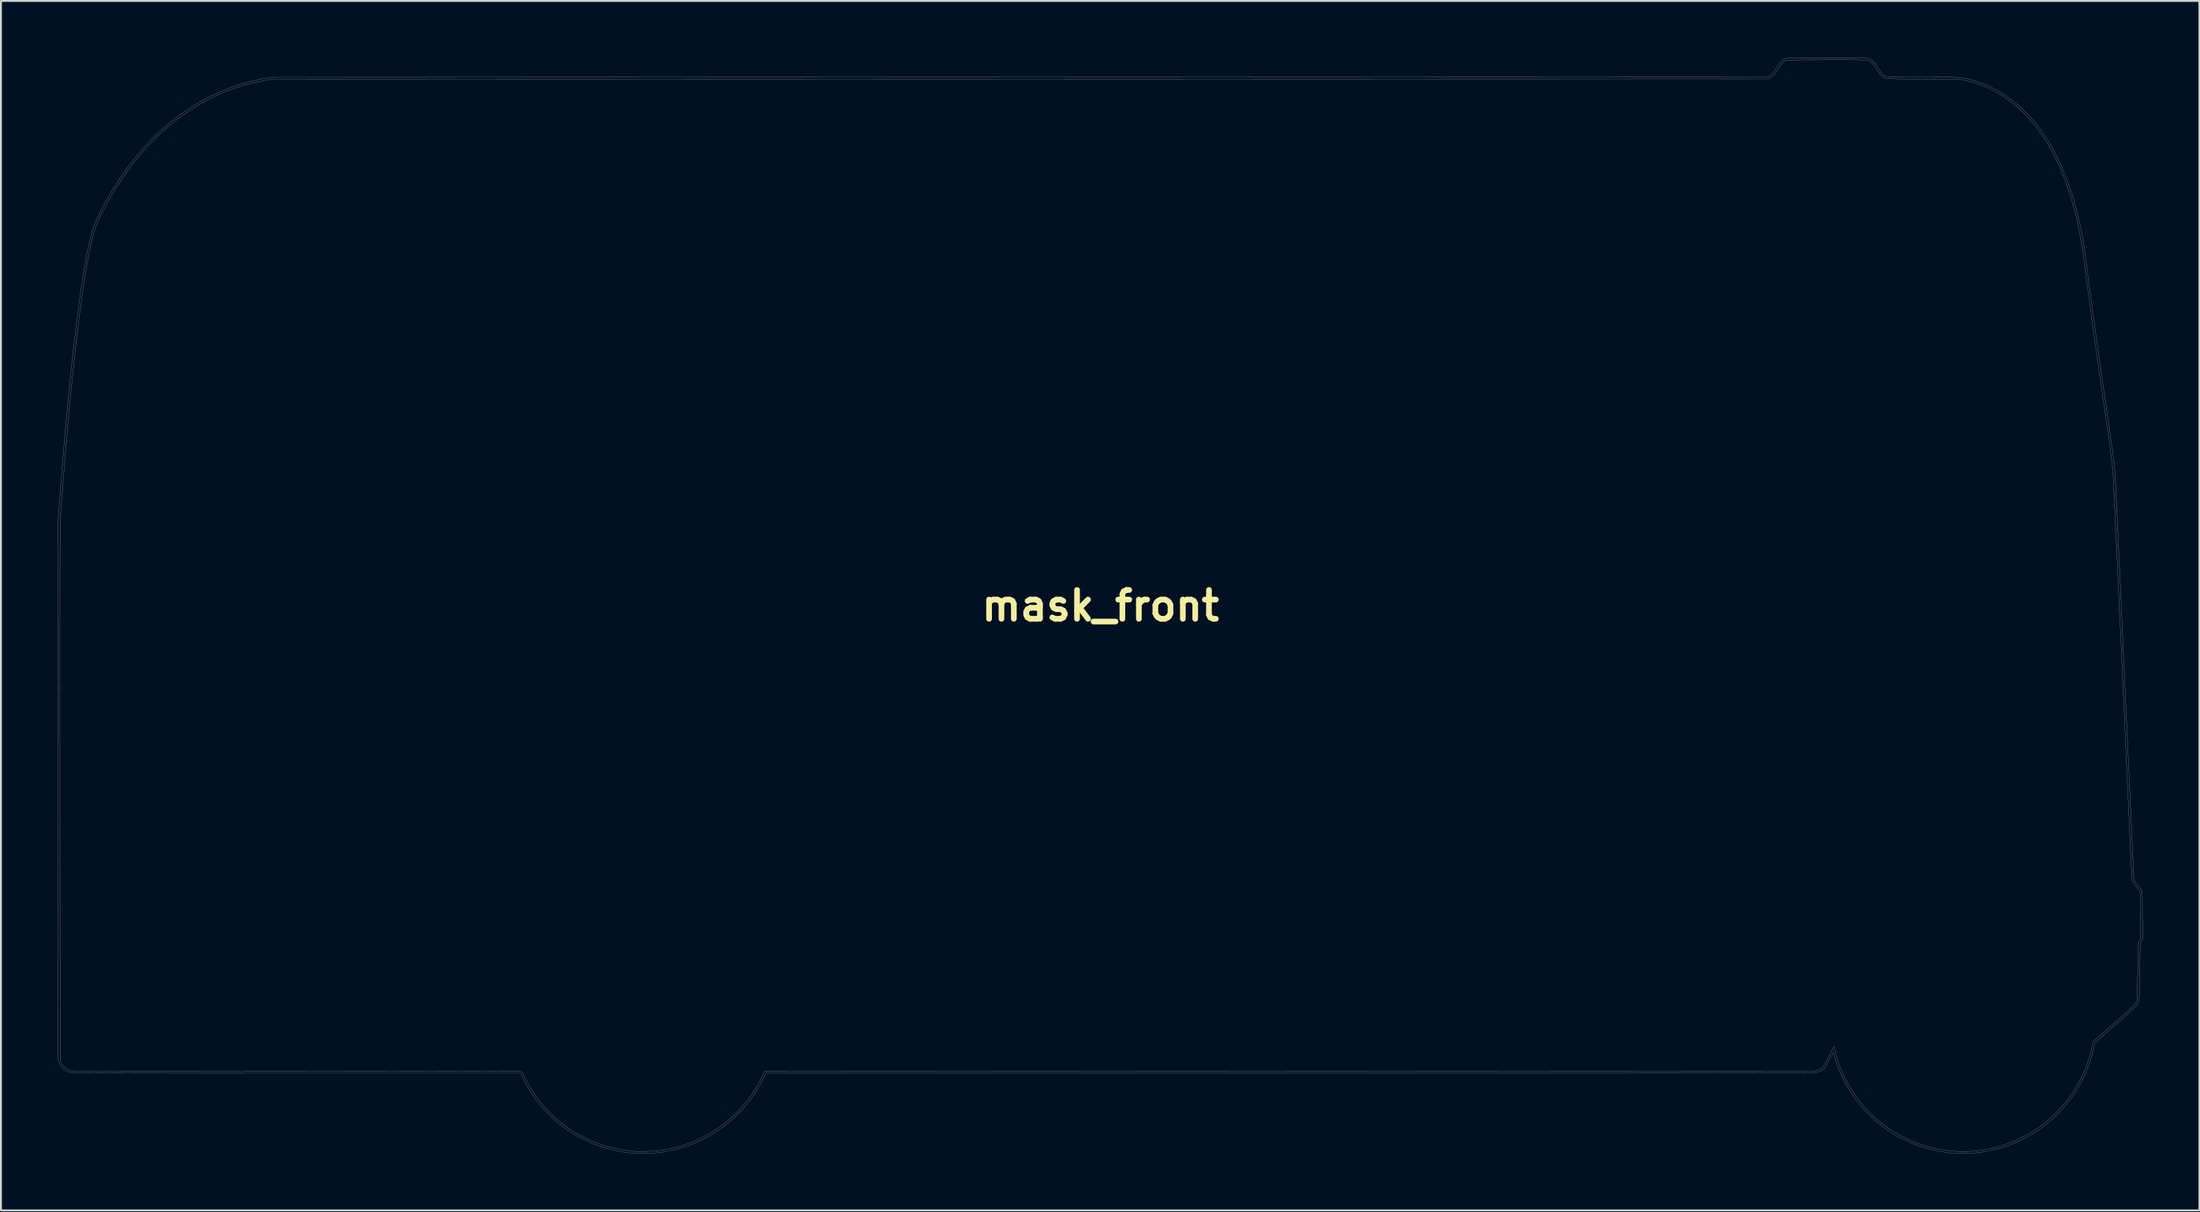
<source format=kicad_pcb>
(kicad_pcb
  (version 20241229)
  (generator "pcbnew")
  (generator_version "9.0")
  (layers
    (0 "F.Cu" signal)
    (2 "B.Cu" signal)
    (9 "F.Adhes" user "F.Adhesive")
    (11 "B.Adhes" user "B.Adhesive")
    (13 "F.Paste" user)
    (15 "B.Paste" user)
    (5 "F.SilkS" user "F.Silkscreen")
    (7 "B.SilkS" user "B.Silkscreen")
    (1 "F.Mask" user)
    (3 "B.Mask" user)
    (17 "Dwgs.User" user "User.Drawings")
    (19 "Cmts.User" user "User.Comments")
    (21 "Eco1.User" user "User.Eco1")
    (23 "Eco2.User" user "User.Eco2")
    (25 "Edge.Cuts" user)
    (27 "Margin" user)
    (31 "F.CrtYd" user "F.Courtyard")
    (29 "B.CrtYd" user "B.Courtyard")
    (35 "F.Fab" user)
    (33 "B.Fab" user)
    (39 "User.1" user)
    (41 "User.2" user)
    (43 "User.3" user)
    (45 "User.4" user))
  (footprint "mask_front"
    (layer "F.Cu")
    (at 55.061 28.961)
    (property "Reference" "mask_front" (at 0 0 0) (layer "F.SilkS") (effects (font (size 1.524 1.524) (thickness 0.3))))
    (attr through_hole)
    (fp_poly (pts (xy -0.207 -23.531) (xy -0.055 -23.434) (xy 0.071 -23.306) (xy 0.16 -23.166) (xy 0.222 -23.04) (xy 0.222 -16.901) (xy 0.153 -16.761) (xy 0.06 -16.613) (xy -0.061 -16.495) (xy -0.209 -16.407) (xy -0.328 -16.351) (xy -14.764 -16.342) (xy -14.882 -16.39) (xy -15.023 -16.46) (xy -15.134 -16.542) (xy -15.225 -16.649) (xy -15.299 -16.772) (xy -15.356 -16.88) (xy -15.356 -23.061) (xy -15.284 -23.195) (xy -15.185 -23.34) (xy -15.059 -23.455) (xy -14.922 -23.535) (xy -14.806 -23.59) (xy -0.328 -23.59) (xy -0.207 -23.531)) (stroke (width 0.01) (type solid)) (fill yes) (layer "F.Mask"))
    (fp_poly (pts (xy -17.187 -23.535) (xy -17.034 -23.442) (xy -16.912 -23.324) (xy -16.826 -23.195) (xy -16.753 -23.061) (xy -16.753 -16.88) (xy -16.803 -16.781) (xy -16.902 -16.627) (xy -17.034 -16.499) (xy -17.149 -16.424) (xy -17.283 -16.351) (xy -24.511 -16.346) (xy -31.739 -16.342) (xy -31.86 -16.391) (xy -32.022 -16.478) (xy -32.153 -16.593) (xy -32.215 -16.674) (xy -32.232 -16.7) (xy -32.248 -16.723) (xy -32.262 -16.745) (xy -32.275 -16.769) (xy -32.286 -16.796) (xy -32.296 -16.83) (xy -32.305 -16.871) (xy -32.313 -16.922) (xy -32.319 -16.985) (xy -32.324 -17.063) (xy -32.329 -17.157) (xy -32.333 -17.269) (xy -32.335 -17.402) (xy -32.337 -17.557) (xy -32.339 -17.737) (xy -32.34 -17.944) (xy -32.34 -18.181) (xy -32.34 -18.448) (xy -32.34 -18.748) (xy -32.339 -19.084) (xy -32.339 -19.457) (xy -32.338 -19.869) (xy -32.338 -20.014) (xy -32.332 -23.04) (xy -32.272 -23.161) (xy -32.178 -23.308) (xy -32.053 -23.434) (xy -31.907 -23.529) (xy -31.903 -23.531) (xy -31.782 -23.59) (xy -17.304 -23.59) (xy -17.187 -23.535)) (stroke (width 0.01) (type solid)) (fill yes) (layer "F.Mask"))
    (fp_poly (pts (xy 33.744 -23.521) (xy 33.892 -23.426) (xy 34.015 -23.303) (xy 34.107 -23.159) (xy 34.125 -23.118) (xy 34.174 -22.998) (xy 34.174 -16.923) (xy 34.117 -16.802) (xy 34.036 -16.667) (xy 33.929 -16.545) (xy 33.808 -16.447) (xy 33.742 -16.41) (xy 33.623 -16.351) (xy 26.405 -16.347) (xy 25.748 -16.346) (xy 25.132 -16.346) (xy 24.555 -16.345) (xy 24.016 -16.345) (xy 23.515 -16.345) (xy 23.049 -16.345) (xy 22.618 -16.345) (xy 22.219 -16.345) (xy 21.852 -16.345) (xy 21.516 -16.345) (xy 21.208 -16.346) (xy 20.928 -16.346) (xy 20.674 -16.346) (xy 20.445 -16.347) (xy 20.24 -16.348) (xy 20.057 -16.349) (xy 19.895 -16.35) (xy 19.753 -16.351) (xy 19.628 -16.352) (xy 19.521 -16.354) (xy 19.429 -16.355) (xy 19.352 -16.357) (xy 19.287 -16.359) (xy 19.234 -16.361) (xy 19.191 -16.364) (xy 19.157 -16.366) (xy 19.13 -16.369) (xy 19.11 -16.372) (xy 19.095 -16.375) (xy 19.083 -16.378) (xy 19.08 -16.379) (xy 18.922 -16.455) (xy 18.789 -16.564) (xy 18.68 -16.707) (xy 18.632 -16.799) (xy 18.574 -16.923) (xy 18.574 -23.019) (xy 18.63 -23.14) (xy 18.721 -23.288) (xy 18.839 -23.415) (xy 18.977 -23.511) (xy 19.013 -23.529) (xy 19.145 -23.59) (xy 33.603 -23.59) (xy 33.744 -23.521)) (stroke (width 0.01) (type solid)) (fill yes) (layer "F.Mask"))
    (fp_poly (pts (xy -16.793 -0.035) (xy -16.652 0.051) (xy -16.526 0.17) (xy -16.426 0.31) (xy -16.411 0.339) (xy -16.351 0.455) (xy -16.351 6.594) (xy -16.42 6.734) (xy -16.504 6.87) (xy -16.611 6.98) (xy -16.749 7.071) (xy -16.804 7.098) (xy -16.944 7.165) (xy -24.067 7.168) (xy -24.614 7.168) (xy -25.152 7.168) (xy -25.677 7.168) (xy -26.189 7.168) (xy -26.686 7.168) (xy -27.166 7.167) (xy -27.628 7.167) (xy -28.07 7.166) (xy -28.491 7.166) (xy -28.888 7.165) (xy -29.262 7.165) (xy -29.609 7.164) (xy -29.928 7.163) (xy -30.218 7.162) (xy -30.477 7.161) (xy -30.704 7.16) (xy -30.897 7.159) (xy -31.054 7.158) (xy -31.174 7.157) (xy -31.256 7.156) (xy -31.297 7.154) (xy -31.301 7.154) (xy -31.455 7.111) (xy -31.601 7.034) (xy -31.73 6.928) (xy -31.834 6.801) (xy -31.897 6.677) (xy -31.903 6.66) (xy -31.908 6.643) (xy -31.913 6.623) (xy -31.918 6.599) (xy -31.922 6.567) (xy -31.925 6.527) (xy -31.928 6.475) (xy -31.93 6.41) (xy -31.932 6.33) (xy -31.934 6.232) (xy -31.935 6.115) (xy -31.937 5.976) (xy -31.937 5.813) (xy -31.938 5.624) (xy -31.938 5.407) (xy -31.938 5.161) (xy -31.938 4.881) (xy -31.937 4.568) (xy -31.937 4.218) (xy -31.936 3.829) (xy -31.935 3.507) (xy -31.93 0.455) (xy -31.874 0.336) (xy -31.782 0.189) (xy -31.657 0.067) (xy -31.499 -0.028) (xy -31.499 -0.029) (xy -31.358 -0.095) (xy -16.923 -0.095) (xy -16.793 -0.035)) (stroke (width 0.01) (type solid)) (fill yes) (layer "F.Mask"))
    (fp_poly (pts (xy 43.459 -2.132) (xy 43.58 -2.053) (xy 43.694 -1.945) (xy 43.788 -1.821) (xy 43.84 -1.72) (xy 43.889 -1.598) (xy 43.895 2.402) (xy 43.896 2.928) (xy 43.897 3.413) (xy 43.897 3.857) (xy 43.897 4.263) (xy 43.897 4.631) (xy 43.896 4.962) (xy 43.896 5.259) (xy 43.895 5.521) (xy 43.894 5.75) (xy 43.892 5.947) (xy 43.89 6.114) (xy 43.889 6.251) (xy 43.886 6.36) (xy 43.884 6.441) (xy 43.881 6.497) (xy 43.878 6.528) (xy 43.878 6.529) (xy 43.824 6.704) (xy 43.736 6.856) (xy 43.618 6.982) (xy 43.473 7.077) (xy 43.304 7.14) (xy 43.232 7.155) (xy 43.192 7.158) (xy 43.114 7.16) (xy 43 7.163) (xy 42.853 7.165) (xy 42.678 7.167) (xy 42.477 7.168) (xy 42.254 7.17) (xy 42.012 7.171) (xy 41.754 7.172) (xy 41.484 7.172) (xy 41.206 7.173) (xy 40.922 7.173) (xy 40.636 7.173) (xy 40.351 7.172) (xy 40.071 7.172) (xy 39.798 7.171) (xy 39.537 7.17) (xy 39.291 7.168) (xy 39.062 7.167) (xy 38.855 7.165) (xy 38.673 7.163) (xy 38.519 7.161) (xy 38.396 7.158) (xy 38.307 7.155) (xy 38.257 7.152) (xy 38.251 7.152) (xy 38.085 7.103) (xy 37.934 7.018) (xy 37.805 6.9) (xy 37.702 6.753) (xy 37.679 6.71) (xy 37.624 6.593) (xy 37.624 -1.64) (xy 37.685 -1.766) (xy 37.779 -1.914) (xy 37.901 -2.037) (xy 38.043 -2.129) (xy 38.054 -2.134) (xy 38.174 -2.191) (xy 43.339 -2.191) (xy 43.459 -2.132)) (stroke (width 0.01) (type solid)) (fill yes) (layer "F.Mask"))
    (fp_poly (pts (xy -0.218 -0.034) (xy -0.093 0.041) (xy 0.025 0.145) (xy 0.123 0.264) (xy 0.175 0.354) (xy 0.222 0.455) (xy 0.222 6.594) (xy 0.153 6.736) (xy 0.056 6.887) (xy -0.07 7.008) (xy -0.22 7.096) (xy -0.393 7.149) (xy -0.433 7.156) (xy -0.465 7.158) (xy -0.537 7.159) (xy -0.647 7.16) (xy -0.794 7.162) (xy -0.976 7.163) (xy -1.19 7.164) (xy -1.435 7.165) (xy -1.71 7.166) (xy -2.011 7.167) (xy -2.337 7.168) (xy -2.687 7.169) (xy -3.058 7.169) (xy -3.448 7.17) (xy -3.856 7.17) (xy -4.279 7.171) (xy -4.716 7.171) (xy -5.165 7.172) (xy -5.623 7.172) (xy -6.09 7.172) (xy -6.562 7.172) (xy -7.038 7.172) (xy -7.517 7.172) (xy -7.996 7.172) (xy -8.473 7.172) (xy -8.947 7.172) (xy -9.415 7.171) (xy -9.876 7.171) (xy -10.327 7.17) (xy -10.767 7.17) (xy -11.194 7.169) (xy -11.606 7.169) (xy -12.001 7.168) (xy -12.378 7.167) (xy -12.733 7.166) (xy -13.066 7.166) (xy -13.374 7.165) (xy -13.655 7.163) (xy -13.908 7.162) (xy -14.131 7.161) (xy -14.322 7.16) (xy -14.478 7.159) (xy -14.598 7.157) (xy -14.681 7.156) (xy -14.723 7.154) (xy -14.727 7.154) (xy -14.882 7.111) (xy -15.029 7.033) (xy -15.159 6.926) (xy -15.264 6.798) (xy -15.31 6.714) (xy -15.356 6.615) (xy -15.356 0.455) (xy -15.3 0.336) (xy -15.209 0.189) (xy -15.083 0.067) (xy -14.926 -0.028) (xy -14.926 -0.029) (xy -14.785 -0.095) (xy -0.349 -0.095) (xy -0.218 -0.034)) (stroke (width 0.01) (type solid)) (fill yes) (layer "F.Mask"))
    (fp_poly (pts (xy -34.347 -23.541) (xy -34.166 -23.445) (xy -34.008 -23.317) (xy -33.877 -23.159) (xy -33.779 -22.978) (xy -33.758 -22.926) (xy -33.708 -22.786) (xy -33.708 -17.134) (xy -33.756 -17.009) (xy -33.845 -16.821) (xy -33.96 -16.665) (xy -34.105 -16.537) (xy -34.283 -16.431) (xy -34.29 -16.428) (xy -34.449 -16.351) (xy -41.444 -16.346) (xy -48.44 -16.342) (xy -48.582 -16.39) (xy -48.771 -16.475) (xy -48.932 -16.593) (xy -49.067 -16.743) (xy -49.175 -16.926) (xy -49.184 -16.945) (xy -49.218 -17.038) (xy -49.241 -17.148) (xy -49.252 -17.276) (xy -49.251 -17.427) (xy -49.238 -17.604) (xy -49.212 -17.81) (xy -49.174 -18.049) (xy -49.124 -18.324) (xy -49.105 -18.418) (xy -48.999 -18.896) (xy -48.877 -19.34) (xy -48.737 -19.757) (xy -48.574 -20.154) (xy -48.386 -20.538) (xy -48.171 -20.915) (xy -47.925 -21.292) (xy -47.715 -21.583) (xy -47.409 -21.968) (xy -47.097 -22.314) (xy -46.78 -22.62) (xy -46.458 -22.886) (xy -46.132 -23.111) (xy -45.802 -23.296) (xy -45.469 -23.438) (xy -45.134 -23.54) (xy -45.085 -23.551) (xy -45.065 -23.555) (xy -45.042 -23.559) (xy -45.017 -23.562) (xy -44.986 -23.566) (xy -44.948 -23.569) (xy -44.902 -23.572) (xy -44.846 -23.574) (xy -44.778 -23.576) (xy -44.697 -23.578) (xy -44.602 -23.58) (xy -44.49 -23.582) (xy -44.36 -23.583) (xy -44.21 -23.585) (xy -44.039 -23.586) (xy -43.845 -23.587) (xy -43.627 -23.588) (xy -43.382 -23.588) (xy -43.11 -23.589) (xy -42.809 -23.589) (xy -42.476 -23.59) (xy -42.112 -23.59) (xy -41.713 -23.59) (xy -41.278 -23.59) (xy -40.806 -23.59) (xy -40.295 -23.59) (xy -39.743 -23.59) (xy -34.47 -23.59) (xy -34.347 -23.541)) (stroke (width 0.01) (type solid)) (fill yes) (layer "F.Mask"))
    (fp_poly (pts (xy 16.753 -23.531) (xy 16.901 -23.44) (xy 17.027 -23.32) (xy 17.124 -23.178) (xy 17.138 -23.148) (xy 17.198 -23.019) (xy 17.204 -20.024) (xy 17.205 -19.605) (xy 17.206 -19.227) (xy 17.206 -18.887) (xy 17.207 -18.583) (xy 17.207 -18.313) (xy 17.206 -18.074) (xy 17.206 -17.865) (xy 17.205 -17.683) (xy 17.204 -17.527) (xy 17.203 -17.394) (xy 17.201 -17.282) (xy 17.199 -17.189) (xy 17.197 -17.113) (xy 17.194 -17.051) (xy 17.191 -17.003) (xy 17.187 -16.964) (xy 17.183 -16.934) (xy 17.179 -16.91) (xy 17.175 -16.897) (xy 17.112 -16.738) (xy 17.014 -16.598) (xy 16.888 -16.482) (xy 16.74 -16.397) (xy 16.666 -16.37) (xy 16.652 -16.368) (xy 16.628 -16.365) (xy 16.594 -16.363) (xy 16.547 -16.36) (xy 16.487 -16.358) (xy 16.412 -16.356) (xy 16.322 -16.355) (xy 16.213 -16.353) (xy 16.087 -16.351) (xy 15.94 -16.35) (xy 15.773 -16.349) (xy 15.583 -16.348) (xy 15.369 -16.347) (xy 15.131 -16.346) (xy 14.866 -16.345) (xy 14.574 -16.344) (xy 14.253 -16.344) (xy 13.902 -16.343) (xy 13.52 -16.343) (xy 13.106 -16.342) (xy 12.657 -16.342) (xy 12.174 -16.342) (xy 11.654 -16.342) (xy 11.096 -16.342) (xy 10.5 -16.342) (xy 9.863 -16.342) (xy 9.389 -16.342) (xy 8.73 -16.342) (xy 8.111 -16.342) (xy 7.533 -16.342) (xy 6.992 -16.342) (xy 6.489 -16.343) (xy 6.022 -16.343) (xy 5.588 -16.343) (xy 5.188 -16.344) (xy 4.82 -16.344) (xy 4.483 -16.345) (xy 4.174 -16.345) (xy 3.894 -16.346) (xy 3.64 -16.347) (xy 3.411 -16.348) (xy 3.206 -16.349) (xy 3.024 -16.35) (xy 2.863 -16.351) (xy 2.722 -16.353) (xy 2.599 -16.354) (xy 2.494 -16.356) (xy 2.405 -16.357) (xy 2.331 -16.359) (xy 2.27 -16.362) (xy 2.222 -16.364) (xy 2.184 -16.366) (xy 2.155 -16.369) (xy 2.135 -16.372) (xy 2.121 -16.374) (xy 2.118 -16.375) (xy 1.96 -16.453) (xy 1.821 -16.563) (xy 1.711 -16.7) (xy 1.646 -16.824) (xy 1.598 -16.944) (xy 1.592 -19.895) (xy 1.592 -20.377) (xy 1.591 -20.819) (xy 1.591 -21.22) (xy 1.592 -21.58) (xy 1.593 -21.899) (xy 1.594 -22.177) (xy 1.596 -22.413) (xy 1.598 -22.608) (xy 1.6 -22.761) (xy 1.603 -22.872) (xy 1.606 -22.942) (xy 1.609 -22.964) (xy 1.661 -23.139) (xy 1.75 -23.292) (xy 1.871 -23.42) (xy 2.022 -23.521) (xy 2.049 -23.534) (xy 2.17 -23.59) (xy 16.626 -23.59) (xy 16.753 -23.531)) (stroke (width 0.01) (type solid)) (fill yes) (layer "F.Mask"))
    (fp_poly (pts (xy 5.646 -0.104) (xy 6.083 -0.103) (xy 6.554 -0.103) (xy 7.061 -0.103) (xy 7.605 -0.102) (xy 8.188 -0.102) (xy 8.81 -0.101) (xy 9.452 -0.101) (xy 16.627 -0.095) (xy 16.767 -0.026) (xy 16.921 0.073) (xy 17.048 0.203) (xy 17.142 0.356) (xy 17.198 0.476) (xy 17.198 6.593) (xy 17.14 6.71) (xy 17.041 6.87) (xy 16.916 6.997) (xy 16.766 7.089) (xy 16.594 7.145) (xy 16.552 7.153) (xy 16.52 7.155) (xy 16.447 7.156) (xy 16.336 7.158) (xy 16.189 7.16) (xy 16.007 7.161) (xy 15.792 7.162) (xy 15.546 7.164) (xy 15.271 7.165) (xy 14.969 7.166) (xy 14.643 7.167) (xy 14.292 7.168) (xy 13.921 7.169) (xy 13.53 7.17) (xy 13.122 7.17) (xy 12.699 7.171) (xy 12.261 7.172) (xy 11.812 7.172) (xy 11.353 7.172) (xy 10.886 7.173) (xy 10.414 7.173) (xy 9.937 7.173) (xy 9.458 7.173) (xy 8.978 7.173) (xy 8.501 7.173) (xy 8.027 7.173) (xy 7.558 7.173) (xy 7.097 7.172) (xy 6.645 7.172) (xy 6.205 7.171) (xy 5.777 7.171) (xy 5.365 7.17) (xy 4.969 7.169) (xy 4.592 7.169) (xy 4.236 7.168) (xy 3.903 7.167) (xy 3.595 7.165) (xy 3.313 7.164) (xy 3.059 7.163) (xy 2.836 7.162) (xy 2.644 7.16) (xy 2.488 7.159) (xy 2.367 7.157) (xy 2.284 7.156) (xy 2.241 7.154) (xy 2.236 7.153) (xy 2.068 7.105) (xy 1.918 7.02) (xy 1.792 6.905) (xy 1.693 6.763) (xy 1.626 6.599) (xy 1.61 6.529) (xy 1.606 6.497) (xy 1.603 6.439) (xy 1.6 6.355) (xy 1.597 6.242) (xy 1.595 6.101) (xy 1.593 5.928) (xy 1.592 5.724) (xy 1.591 5.486) (xy 1.59 5.213) (xy 1.59 4.905) (xy 1.59 4.559) (xy 1.59 4.174) (xy 1.591 3.749) (xy 1.592 3.45) (xy 1.598 0.497) (xy 1.657 0.371) (xy 1.723 0.246) (xy 1.792 0.152) (xy 1.873 0.075) (xy 1.933 0.032) (xy 1.951 0.02) (xy 1.966 0.008) (xy 1.979 -0.003) (xy 1.991 -0.013) (xy 2.005 -0.023) (xy 2.02 -0.032) (xy 2.04 -0.04) (xy 2.064 -0.048) (xy 2.095 -0.055) (xy 2.133 -0.061) (xy 2.18 -0.067) (xy 2.237 -0.072) (xy 2.306 -0.077) (xy 2.388 -0.082) (xy 2.485 -0.085) (xy 2.597 -0.089) (xy 2.725 -0.092) (xy 2.873 -0.094) (xy 3.04 -0.097) (xy 3.227 -0.098) (xy 3.438 -0.1) (xy 3.672 -0.101) (xy 3.93 -0.102) (xy 4.216 -0.103) (xy 4.528 -0.103) (xy 4.87 -0.104) (xy 5.242 -0.104) (xy 5.646 -0.104)) (stroke (width 0.01) (type solid)) (fill yes) (layer "F.Mask"))
    (fp_poly (pts (xy 30.846 -0.103) (xy 31.18 -0.103) (xy 31.485 -0.103) (xy 31.763 -0.103) (xy 32.015 -0.102) (xy 32.242 -0.102) (xy 32.445 -0.101) (xy 32.627 -0.1) (xy 32.788 -0.099) (xy 32.929 -0.098) (xy 33.053 -0.097) (xy 33.16 -0.095) (xy 33.252 -0.094) (xy 33.33 -0.092) (xy 33.395 -0.09) (xy 33.449 -0.088) (xy 33.493 -0.085) (xy 33.529 -0.083) (xy 33.557 -0.08) (xy 33.58 -0.077) (xy 33.599 -0.074) (xy 33.614 -0.07) (xy 33.628 -0.067) (xy 33.637 -0.064) (xy 33.795 0.005) (xy 33.934 0.107) (xy 34.045 0.235) (xy 34.053 0.247) (xy 34.071 0.274) (xy 34.087 0.299) (xy 34.102 0.323) (xy 34.115 0.349) (xy 34.126 0.379) (xy 34.137 0.415) (xy 34.146 0.459) (xy 34.153 0.513) (xy 34.16 0.579) (xy 34.166 0.659) (xy 34.17 0.757) (xy 34.174 0.872) (xy 34.177 1.009) (xy 34.179 1.169) (xy 34.18 1.353) (xy 34.181 1.565) (xy 34.182 1.806) (xy 34.182 2.078) (xy 34.181 2.384) (xy 34.181 2.725) (xy 34.18 3.105) (xy 34.179 3.524) (xy 34.179 3.59) (xy 34.174 6.572) (xy 34.107 6.713) (xy 34.011 6.871) (xy 33.889 6.996) (xy 33.74 7.087) (xy 33.566 7.145) (xy 33.514 7.155) (xy 33.482 7.157) (xy 33.41 7.158) (xy 33.3 7.16) (xy 33.153 7.161) (xy 32.971 7.163) (xy 32.756 7.164) (xy 32.511 7.165) (xy 32.237 7.166) (xy 31.935 7.167) (xy 31.609 7.168) (xy 31.259 7.169) (xy 30.888 7.17) (xy 30.498 7.171) (xy 30.09 7.171) (xy 29.666 7.172) (xy 29.229 7.172) (xy 28.781 7.172) (xy 28.322 7.173) (xy 27.855 7.173) (xy 27.383 7.173) (xy 26.906 7.173) (xy 26.427 7.173) (xy 25.948 7.173) (xy 25.471 7.173) (xy 24.997 7.172) (xy 24.528 7.172) (xy 24.067 7.172) (xy 23.615 7.171) (xy 23.174 7.17) (xy 22.747 7.17) (xy 22.334 7.169) (xy 21.939 7.168) (xy 21.562 7.167) (xy 21.206 7.166) (xy 20.873 7.165) (xy 20.564 7.164) (xy 20.282 7.163) (xy 20.028 7.162) (xy 19.804 7.16) (xy 19.613 7.159) (xy 19.455 7.157) (xy 19.334 7.156) (xy 19.251 7.154) (xy 19.208 7.152) (xy 19.203 7.152) (xy 19.041 7.105) (xy 18.893 7.024) (xy 18.766 6.915) (xy 18.694 6.821) (xy 18.676 6.794) (xy 18.66 6.769) (xy 18.645 6.745) (xy 18.632 6.72) (xy 18.621 6.692) (xy 18.61 6.658) (xy 18.602 6.616) (xy 18.594 6.564) (xy 18.587 6.5) (xy 18.582 6.422) (xy 18.577 6.328) (xy 18.573 6.216) (xy 18.57 6.083) (xy 18.568 5.928) (xy 18.567 5.748) (xy 18.566 5.541) (xy 18.565 5.305) (xy 18.565 5.038) (xy 18.566 4.738) (xy 18.566 4.402) (xy 18.567 4.029) (xy 18.568 3.617) (xy 18.568 3.481) (xy 18.574 0.476) (xy 18.63 0.356) (xy 18.726 0.199) (xy 18.854 0.07) (xy 19.005 -0.026) (xy 19.144 -0.095) (xy 26.32 -0.101) (xy 26.974 -0.101) (xy 27.588 -0.102) (xy 28.161 -0.102) (xy 28.696 -0.103) (xy 29.195 -0.103) (xy 29.657 -0.103) (xy 30.086 -0.103) (xy 30.482 -0.103) (xy 30.846 -0.103)) (stroke (width 0.01) (type solid)) (fill yes) (layer "F.Mask"))
    (fp_poly (pts (xy 47.713 -2.199) (xy 48.009 -2.198) (xy 48.34 -2.198) (xy 48.709 -2.197) (xy 49.117 -2.197) (xy 49.191 -2.196) (xy 52.186 -2.191) (xy 52.351 -2.112) (xy 52.464 -2.05) (xy 52.571 -1.975) (xy 52.629 -1.926) (xy 52.723 -1.82) (xy 52.809 -1.688) (xy 52.879 -1.549) (xy 52.915 -1.45) (xy 52.918 -1.422) (xy 52.922 -1.354) (xy 52.929 -1.25) (xy 52.936 -1.11) (xy 52.945 -0.939) (xy 52.955 -0.739) (xy 52.967 -0.512) (xy 52.979 -0.262) (xy 52.992 0.01) (xy 53.006 0.301) (xy 53.02 0.608) (xy 53.035 0.928) (xy 53.051 1.259) (xy 53.067 1.598) (xy 53.082 1.943) (xy 53.098 2.291) (xy 53.114 2.639) (xy 53.129 2.985) (xy 53.145 3.326) (xy 53.159 3.66) (xy 53.174 3.983) (xy 53.187 4.294) (xy 53.2 4.589) (xy 53.211 4.867) (xy 53.222 5.124) (xy 53.232 5.357) (xy 53.24 5.565) (xy 53.247 5.744) (xy 53.252 5.892) (xy 53.256 6.006) (xy 53.258 6.084) (xy 53.258 6.098) (xy 53.247 6.301) (xy 53.208 6.478) (xy 53.138 6.637) (xy 53.034 6.785) (xy 52.985 6.841) (xy 52.827 6.979) (xy 52.644 7.083) (xy 52.552 7.12) (xy 52.419 7.165) (xy 49.382 7.168) (xy 49.024 7.168) (xy 48.677 7.168) (xy 48.341 7.168) (xy 48.022 7.167) (xy 47.719 7.166) (xy 47.437 7.166) (xy 47.177 7.164) (xy 46.943 7.163) (xy 46.736 7.162) (xy 46.56 7.16) (xy 46.416 7.158) (xy 46.307 7.156) (xy 46.236 7.154) (xy 46.207 7.153) (xy 46.035 7.111) (xy 45.867 7.034) (xy 45.711 6.93) (xy 45.577 6.803) (xy 45.474 6.66) (xy 45.457 6.628) (xy 45.442 6.6) (xy 45.429 6.576) (xy 45.417 6.553) (xy 45.406 6.529) (xy 45.396 6.502) (xy 45.388 6.472) (xy 45.38 6.434) (xy 45.373 6.389) (xy 45.367 6.333) (xy 45.361 6.266) (xy 45.357 6.185) (xy 45.353 6.087) (xy 45.349 5.973) (xy 45.347 5.838) (xy 45.344 5.683) (xy 45.343 5.504) (xy 45.341 5.3) (xy 45.34 5.069) (xy 45.34 4.808) (xy 45.339 4.518) (xy 45.339 4.194) (xy 45.339 3.836) (xy 45.339 3.441) (xy 45.339 3.008) (xy 45.339 2.535) (xy 45.339 2.475) (xy 45.339 2.003) (xy 45.339 1.571) (xy 45.339 1.177) (xy 45.339 0.821) (xy 45.34 0.499) (xy 45.34 0.21) (xy 45.34 -0.048) (xy 45.341 -0.276) (xy 45.342 -0.478) (xy 45.343 -0.654) (xy 45.344 -0.806) (xy 45.345 -0.937) (xy 45.347 -1.048) (xy 45.349 -1.142) (xy 45.351 -1.219) (xy 45.354 -1.282) (xy 45.357 -1.333) (xy 45.36 -1.374) (xy 45.363 -1.406) (xy 45.367 -1.432) (xy 45.372 -1.453) (xy 45.377 -1.472) (xy 45.381 -1.485) (xy 45.441 -1.634) (xy 45.524 -1.779) (xy 45.611 -1.892) (xy 45.695 -1.967) (xy 45.806 -2.042) (xy 45.927 -2.108) (xy 46.045 -2.156) (xy 46.058 -2.16) (xy 46.078 -2.166) (xy 46.099 -2.171) (xy 46.123 -2.176) (xy 46.153 -2.18) (xy 46.19 -2.184) (xy 46.237 -2.187) (xy 46.296 -2.19) (xy 46.369 -2.192) (xy 46.458 -2.194) (xy 46.565 -2.196) (xy 46.693 -2.197) (xy 46.843 -2.198) (xy 47.018 -2.198) (xy 47.22 -2.199) (xy 47.451 -2.199) (xy 47.713 -2.199)) (stroke (width 0.01) (type solid)) (fill yes) (layer "F.Mask"))
    (fp_poly (pts (xy 39.784 -23.597) (xy 40.306 -23.597) (xy 40.869 -23.596) (xy 41.36 -23.595) (xy 41.899 -23.595) (xy 42.398 -23.594) (xy 42.857 -23.593) (xy 43.28 -23.593) (xy 43.666 -23.592) (xy 44.019 -23.591) (xy 44.339 -23.59) (xy 44.629 -23.589) (xy 44.89 -23.588) (xy 45.124 -23.587) (xy 45.332 -23.586) (xy 45.516 -23.585) (xy 45.678 -23.583) (xy 45.819 -23.582) (xy 45.941 -23.58) (xy 46.047 -23.578) (xy 46.136 -23.576) (xy 46.212 -23.573) (xy 46.275 -23.571) (xy 46.328 -23.568) (xy 46.373 -23.565) (xy 46.41 -23.561) (xy 46.441 -23.558) (xy 46.469 -23.554) (xy 46.482 -23.552) (xy 46.864 -23.473) (xy 47.211 -23.371) (xy 47.527 -23.245) (xy 47.814 -23.092) (xy 48.074 -22.912) (xy 48.31 -22.703) (xy 48.524 -22.464) (xy 48.704 -22.214) (xy 48.807 -22.042) (xy 48.915 -21.835) (xy 49.029 -21.59) (xy 49.149 -21.305) (xy 49.187 -21.209) (xy 49.247 -21.062) (xy 49.316 -20.892) (xy 49.39 -20.714) (xy 49.462 -20.545) (xy 49.506 -20.44) (xy 49.637 -20.127) (xy 49.76 -19.809) (xy 49.873 -19.492) (xy 49.977 -19.177) (xy 50.071 -18.87) (xy 50.153 -18.573) (xy 50.222 -18.289) (xy 50.279 -18.023) (xy 50.322 -17.778) (xy 50.349 -17.557) (xy 50.361 -17.365) (xy 50.356 -17.203) (xy 50.336 -17.081) (xy 50.261 -16.888) (xy 50.153 -16.718) (xy 50.015 -16.575) (xy 49.85 -16.462) (xy 49.662 -16.383) (xy 49.648 -16.379) (xy 49.634 -16.375) (xy 49.617 -16.371) (xy 49.596 -16.368) (xy 49.57 -16.365) (xy 49.537 -16.362) (xy 49.497 -16.36) (xy 49.446 -16.358) (xy 49.385 -16.355) (xy 49.311 -16.354) (xy 49.224 -16.352) (xy 49.121 -16.35) (xy 49.002 -16.349) (xy 48.865 -16.348) (xy 48.708 -16.346) (xy 48.531 -16.346) (xy 48.331 -16.345) (xy 48.108 -16.344) (xy 47.859 -16.343) (xy 47.584 -16.343) (xy 47.281 -16.343) (xy 46.949 -16.342) (xy 46.585 -16.342) (xy 46.19 -16.342) (xy 45.761 -16.342) (xy 45.297 -16.342) (xy 44.797 -16.342) (xy 44.258 -16.342) (xy 43.681 -16.343) (xy 43.063 -16.343) (xy 42.961 -16.343) (xy 42.377 -16.343) (xy 41.813 -16.343) (xy 41.268 -16.344) (xy 40.745 -16.344) (xy 40.245 -16.345) (xy 39.768 -16.346) (xy 39.317 -16.347) (xy 38.892 -16.348) (xy 38.494 -16.349) (xy 38.126 -16.35) (xy 37.788 -16.351) (xy 37.481 -16.352) (xy 37.208 -16.354) (xy 36.968 -16.355) (xy 36.763 -16.357) (xy 36.595 -16.358) (xy 36.465 -16.36) (xy 36.375 -16.362) (xy 36.324 -16.363) (xy 36.314 -16.364) (xy 36.214 -16.398) (xy 36.1 -16.454) (xy 35.988 -16.521) (xy 35.894 -16.592) (xy 35.861 -16.622) (xy 35.802 -16.691) (xy 35.739 -16.775) (xy 35.7 -16.835) (xy 35.68 -16.867) (xy 35.663 -16.897) (xy 35.647 -16.926) (xy 35.632 -16.957) (xy 35.62 -16.992) (xy 35.609 -17.032) (xy 35.599 -17.082) (xy 35.591 -17.142) (xy 35.584 -17.215) (xy 35.578 -17.303) (xy 35.573 -17.408) (xy 35.569 -17.534) (xy 35.566 -17.68) (xy 35.564 -17.852) (xy 35.562 -18.049) (xy 35.561 -18.275) (xy 35.561 -18.532) (xy 35.56 -18.822) (xy 35.56 -19.147) (xy 35.56 -19.51) (xy 35.56 -19.913) (xy 35.56 -19.969) (xy 35.56 -20.415) (xy 35.561 -20.82) (xy 35.561 -21.184) (xy 35.562 -21.509) (xy 35.564 -21.795) (xy 35.565 -22.044) (xy 35.567 -22.255) (xy 35.57 -22.431) (xy 35.572 -22.572) (xy 35.575 -22.68) (xy 35.579 -22.754) (xy 35.582 -22.796) (xy 35.583 -22.801) (xy 35.643 -22.988) (xy 35.737 -23.159) (xy 35.861 -23.309) (xy 36.01 -23.432) (xy 36.179 -23.525) (xy 36.349 -23.579) (xy 36.378 -23.582) (xy 36.437 -23.584) (xy 36.527 -23.586) (xy 36.649 -23.588) (xy 36.804 -23.59) (xy 36.991 -23.592) (xy 37.213 -23.593) (xy 37.47 -23.594) (xy 37.762 -23.595) (xy 38.091 -23.596) (xy 38.456 -23.597) (xy 38.86 -23.597) (xy 39.302 -23.597) (xy 39.784 -23.597)) (stroke (width 0.01) (type solid)) (fill yes) (layer "F.Mask"))
    (fp_poly (pts (xy 38.194 -28.956) (xy 38.398 -28.956) (xy 38.74 -28.956) (xy 39.043 -28.956) (xy 39.308 -28.956) (xy 39.539 -28.955) (xy 39.738 -28.955) (xy 39.908 -28.954) (xy 40.051 -28.953) (xy 40.17 -28.951) (xy 40.268 -28.949) (xy 40.346 -28.946) (xy 40.409 -28.943) (xy 40.458 -28.94) (xy 40.495 -28.936) (xy 40.525 -28.931) (xy 40.548 -28.925) (xy 40.569 -28.919) (xy 40.583 -28.913) (xy 40.668 -28.875) (xy 40.745 -28.824) (xy 40.82 -28.756) (xy 40.897 -28.663) (xy 40.983 -28.542) (xy 41.046 -28.445) (xy 41.115 -28.341) (xy 41.184 -28.243) (xy 41.247 -28.16) (xy 41.298 -28.102) (xy 41.313 -28.087) (xy 41.341 -28.062) (xy 41.367 -28.04) (xy 41.392 -28.021) (xy 41.42 -28.004) (xy 41.454 -27.99) (xy 41.497 -27.978) (xy 41.55 -27.968) (xy 41.618 -27.96) (xy 41.702 -27.954) (xy 41.806 -27.949) (xy 41.932 -27.945) (xy 42.082 -27.943) (xy 42.261 -27.941) (xy 42.47 -27.94) (xy 42.713 -27.94) (xy 42.991 -27.94) (xy 43.309 -27.94) (xy 43.401 -27.94) (xy 43.749 -27.94) (xy 44.068 -27.939) (xy 44.356 -27.938) (xy 44.613 -27.936) (xy 44.837 -27.933) (xy 45.025 -27.931) (xy 45.177 -27.927) (xy 45.291 -27.924) (xy 45.364 -27.92) (xy 45.382 -27.918) (xy 45.769 -27.851) (xy 46.166 -27.747) (xy 46.567 -27.609) (xy 46.966 -27.438) (xy 47.357 -27.238) (xy 47.736 -27.011) (xy 48.097 -26.758) (xy 48.228 -26.656) (xy 48.644 -26.297) (xy 49.038 -25.901) (xy 49.411 -25.469) (xy 49.761 -25.002) (xy 50.09 -24.499) (xy 50.396 -23.961) (xy 50.68 -23.389) (xy 50.941 -22.782) (xy 51.18 -22.142) (xy 51.396 -21.467) (xy 51.589 -20.759) (xy 51.739 -20.108) (xy 51.782 -19.905) (xy 51.821 -19.708) (xy 51.858 -19.512) (xy 51.893 -19.311) (xy 51.927 -19.098) (xy 51.962 -18.87) (xy 51.998 -18.619) (xy 52.036 -18.341) (xy 52.077 -18.03) (xy 52.102 -17.833) (xy 52.166 -17.334) (xy 52.237 -16.794) (xy 52.315 -16.213) (xy 52.4 -15.591) (xy 52.491 -14.929) (xy 52.589 -14.227) (xy 52.693 -13.486) (xy 52.804 -12.706) (xy 52.921 -11.887) (xy 53.044 -11.029) (xy 53.16 -10.234) (xy 53.216 -9.845) (xy 53.267 -9.495) (xy 53.312 -9.181) (xy 53.352 -8.9) (xy 53.387 -8.65) (xy 53.419 -8.426) (xy 53.446 -8.226) (xy 53.47 -8.047) (xy 53.49 -7.887) (xy 53.508 -7.742) (xy 53.524 -7.609) (xy 53.537 -7.485) (xy 53.549 -7.367) (xy 53.56 -7.253) (xy 53.57 -7.14) (xy 53.579 -7.023) (xy 53.583 -6.974) (xy 53.586 -6.926) (xy 53.591 -6.837) (xy 53.597 -6.709) (xy 53.606 -6.542) (xy 53.616 -6.338) (xy 53.628 -6.099) (xy 53.641 -5.825) (xy 53.655 -5.518) (xy 53.672 -5.18) (xy 53.689 -4.812) (xy 53.708 -4.415) (xy 53.728 -3.99) (xy 53.749 -3.54) (xy 53.771 -3.064) (xy 53.794 -2.565) (xy 53.818 -2.044) (xy 53.843 -1.502) (xy 53.869 -0.94) (xy 53.896 -0.361) (xy 53.924 0.236) (xy 53.952 0.848) (xy 53.98 1.473) (xy 54.01 2.112) (xy 54.039 2.762) (xy 54.069 3.422) (xy 54.091 3.895) (xy 54.121 4.558) (xy 54.151 5.211) (xy 54.18 5.852) (xy 54.209 6.48) (xy 54.237 7.094) (xy 54.264 7.693) (xy 54.291 8.274) (xy 54.317 8.838) (xy 54.342 9.382) (xy 54.366 9.906) (xy 54.389 10.407) (xy 54.411 10.886) (xy 54.432 11.34) (xy 54.452 11.768) (xy 54.471 12.169) (xy 54.488 12.541) (xy 54.504 12.884) (xy 54.519 13.196) (xy 54.532 13.476) (xy 54.543 13.722) (xy 54.553 13.933) (xy 54.562 14.108) (xy 54.569 14.246) (xy 54.574 14.345) (xy 54.577 14.404) (xy 54.578 14.422) (xy 54.593 14.491) (xy 54.619 14.555) (xy 54.662 14.624) (xy 54.727 14.706) (xy 54.792 14.779) (xy 54.839 14.83) (xy 54.879 14.873) (xy 54.913 14.912) (xy 54.941 14.95) (xy 54.964 14.991) (xy 54.982 15.039) (xy 54.997 15.097) (xy 55.007 15.169) (xy 55.015 15.259) (xy 55.02 15.369) (xy 55.024 15.504) (xy 55.026 15.667) (xy 55.027 15.861) (xy 55.028 16.091) (xy 55.029 16.348) (xy 55.035 17.594) (xy 54.971 17.735) (xy 54.908 17.875) (xy 54.886 19.336) (xy 54.882 19.622) (xy 54.878 19.868) (xy 54.875 20.079) (xy 54.871 20.256) (xy 54.868 20.405) (xy 54.865 20.526) (xy 54.861 20.625) (xy 54.857 20.704) (xy 54.852 20.765) (xy 54.847 20.814) (xy 54.841 20.851) (xy 54.835 20.882) (xy 54.827 20.908) (xy 54.824 20.918) (xy 54.788 21.005) (xy 54.742 21.093) (xy 54.717 21.133) (xy 54.69 21.164) (xy 54.633 21.22) (xy 54.549 21.299) (xy 54.441 21.399) (xy 54.311 21.517) (xy 54.163 21.651) (xy 53.997 21.799) (xy 53.818 21.958) (xy 53.628 22.125) (xy 53.584 22.163) (xy 52.516 23.1) (xy 52.492 23.218) (xy 52.365 23.75) (xy 52.201 24.266) (xy 51.999 24.763) (xy 51.763 25.241) (xy 51.493 25.697) (xy 51.191 26.13) (xy 50.858 26.539) (xy 50.496 26.922) (xy 50.107 27.277) (xy 49.691 27.603) (xy 49.251 27.897) (xy 48.788 28.159) (xy 48.302 28.387) (xy 47.797 28.58) (xy 47.48 28.678) (xy 46.951 28.808) (xy 46.418 28.896) (xy 45.881 28.942) (xy 45.343 28.946) (xy 44.804 28.908) (xy 44.266 28.828) (xy 43.731 28.706) (xy 43.688 28.694) (xy 43.339 28.586) (xy 42.976 28.451) (xy 42.611 28.295) (xy 42.259 28.123) (xy 41.931 27.941) (xy 41.827 27.878) (xy 41.377 27.572) (xy 40.953 27.233) (xy 40.557 26.864) (xy 40.191 26.467) (xy 39.855 26.042) (xy 39.553 25.594) (xy 39.285 25.122) (xy 39.053 24.629) (xy 38.982 24.458) (xy 38.939 24.344) (xy 38.894 24.217) (xy 38.849 24.084) (xy 38.807 23.953) (xy 38.769 23.832) (xy 38.74 23.729) (xy 38.72 23.65) (xy 38.713 23.604) (xy 38.703 23.611) (xy 38.678 23.651) (xy 38.64 23.72) (xy 38.591 23.811) (xy 38.535 23.92) (xy 38.52 23.95) (xy 38.457 24.073) (xy 38.395 24.188) (xy 38.339 24.288) (xy 38.293 24.366) (xy 38.26 24.414) (xy 38.259 24.416) (xy 38.164 24.507) (xy 38.04 24.587) (xy 37.902 24.649) (xy 37.836 24.669) (xy 37.827 24.67) (xy 37.813 24.672) (xy 37.792 24.673) (xy 37.763 24.675) (xy 37.727 24.676) (xy 37.682 24.677) (xy 37.628 24.679) (xy 37.565 24.68) (xy 37.49 24.681) (xy 37.405 24.682) (xy 37.308 24.683) (xy 37.198 24.684) (xy 37.075 24.685) (xy 36.938 24.686) (xy 36.787 24.687) (xy 36.621 24.688) (xy 36.438 24.689) (xy 36.24 24.69) (xy 36.024 24.691) (xy 35.79 24.691) (xy 35.538 24.692) (xy 35.267 24.693) (xy 34.976 24.693) (xy 34.664 24.694) (xy 34.331 24.695) (xy 33.977 24.695) (xy 33.6 24.696) (xy 33.2 24.696) (xy 32.776 24.697) (xy 32.328 24.697) (xy 31.854 24.698) (xy 31.355 24.698) (xy 30.829 24.698) (xy 30.277 24.699) (xy 29.696 24.699) (xy 29.087 24.699) (xy 28.449 24.699) (xy 27.781 24.7) (xy 27.083 24.7) (xy 26.353 24.7) (xy 25.592 24.7) (xy 24.799 24.701) (xy 23.972 24.701) (xy 23.111 24.701) (xy 22.217 24.701) (xy 21.287 24.701) (xy 20.321 24.701) (xy 19.319 24.701) (xy 18.28 24.701) (xy 17.203 24.701) (xy 16.088 24.701) (xy 14.933 24.701) (xy 13.739 24.701) (xy 12.505 24.701) (xy 11.229 24.701) (xy 10.021 24.701) (xy -17.668 24.701) (xy -17.736 24.855) (xy -17.808 25.006) (xy -17.899 25.181) (xy -18.004 25.369) (xy -18.117 25.559) (xy -18.231 25.742) (xy -18.261 25.788) (xy -18.571 26.22) (xy -18.912 26.626) (xy -19.284 27.005) (xy -19.682 27.354) (xy -20.106 27.672) (xy -20.552 27.959) (xy -21.018 28.212) (xy -21.502 28.43) (xy -22.002 28.612) (xy -22.515 28.757) (xy -23.039 28.862) (xy -23.332 28.902) (xy -23.499 28.918) (xy -23.693 28.931) (xy -23.901 28.94) (xy -24.112 28.945) (xy -24.315 28.945) (xy -24.499 28.942) (xy -24.638 28.934) (xy -25.185 28.872) (xy -25.715 28.77) (xy -26.232 28.63) (xy -26.737 28.449) (xy -27.195 28.246) (xy -27.591 28.042) (xy -27.955 27.828) (xy -28.294 27.599) (xy -28.616 27.349) (xy -28.932 27.071) (xy -29.147 26.862) (xy -29.503 26.478) (xy -29.828 26.07) (xy -30.121 25.643) (xy -30.376 25.202) (xy -30.523 24.907) (xy -30.618 24.702) (xy -42.422 24.702) (xy -43.333 24.702) (xy -44.201 24.702) (xy -45.029 24.702) (xy -45.817 24.701) (xy -46.564 24.701) (xy -47.273 24.701) (xy -47.943 24.7) (xy -48.576 24.7) (xy -49.172 24.7) (xy -49.731 24.699) (xy -50.255 24.698) (xy -50.743 24.698) (xy -51.198 24.697) (xy -51.618 24.696) (xy -52.006 24.695) (xy -52.361 24.694) (xy -52.684 24.693) (xy -52.977 24.692) (xy -53.239 24.691) (xy -53.471 24.69) (xy -53.674 24.689) (xy -53.849 24.687) (xy -53.996 24.686) (xy -54.117 24.684) (xy -54.21 24.683) (xy -54.278 24.681) (xy -54.321 24.679) (xy -54.339 24.678) (xy -54.519 24.619) (xy -54.684 24.524) (xy -54.826 24.399) (xy -54.938 24.248) (xy -54.976 24.177) (xy -55.044 24.035) (xy -55.05 9.874) (xy -55.052 3.561) (xy -54.946 3.561) (xy -54.946 4.337) (xy -54.946 5.152) (xy -54.946 6.006) (xy -54.946 6.901) (xy -54.945 7.837) (xy -54.945 8.814) (xy -54.945 9.833) (xy -54.945 9.885) (xy -54.938 24.014) (xy -54.882 24.134) (xy -54.792 24.277) (xy -54.67 24.402) (xy -54.521 24.501) (xy -54.487 24.518) (xy -54.345 24.585) (xy -42.466 24.59) (xy -41.496 24.591) (xy -40.568 24.591) (xy -39.68 24.592) (xy -38.833 24.593) (xy -38.027 24.593) (xy -37.262 24.594) (xy -36.538 24.595) (xy -35.856 24.596) (xy -35.214 24.597) (xy -34.614 24.598) (xy -34.055 24.599) (xy -33.538 24.6) (xy -33.062 24.601) (xy -32.627 24.602) (xy -32.235 24.603) (xy -31.884 24.605) (xy -31.575 24.606) (xy -31.307 24.608) (xy -31.082 24.609) (xy -30.899 24.611) (xy -30.757 24.612) (xy -30.658 24.614) (xy -30.601 24.615) (xy -30.586 24.617) (xy -30.571 24.633) (xy -30.565 24.633) (xy -30.55 24.649) (xy -30.519 24.697) (xy -30.478 24.771) (xy -30.429 24.863) (xy -30.399 24.924) (xy -30.163 25.369) (xy -29.905 25.782) (xy -29.621 26.171) (xy -29.305 26.543) (xy -29.052 26.808) (xy -28.652 27.177) (xy -28.229 27.512) (xy -27.784 27.811) (xy -27.318 28.074) (xy -26.834 28.299) (xy -26.331 28.488) (xy -25.813 28.637) (xy -25.28 28.748) (xy -24.734 28.82) (xy -24.625 28.829) (xy -24.46 28.838) (xy -24.264 28.84) (xy -24.049 28.838) (xy -23.827 28.83) (xy -23.61 28.818) (xy -23.407 28.802) (xy -23.268 28.786) (xy -22.733 28.696) (xy -22.209 28.566) (xy -21.697 28.396) (xy -21.201 28.187) (xy -20.721 27.939) (xy -20.261 27.655) (xy -20.094 27.539) (xy -19.693 27.227) (xy -19.309 26.881) (xy -18.949 26.506) (xy -18.618 26.108) (xy -18.442 25.869) (xy -18.329 25.7) (xy -18.209 25.51) (xy -18.092 25.31) (xy -17.982 25.113) (xy -17.887 24.929) (xy -17.833 24.815) (xy -17.739 24.606) (xy 10.038 24.596) (xy 37.814 24.585) (xy 37.931 24.53) (xy 38.001 24.494) (xy 38.063 24.454) (xy 38.119 24.404) (xy 38.175 24.34) (xy 38.232 24.257) (xy 38.295 24.152) (xy 38.367 24.018) (xy 38.452 23.852) (xy 38.481 23.794) (xy 38.547 23.662) (xy 38.607 23.544) (xy 38.658 23.444) (xy 38.699 23.367) (xy 38.725 23.319) (xy 38.736 23.305) (xy 38.745 23.324) (xy 38.761 23.376) (xy 38.78 23.452) (xy 38.796 23.519) (xy 38.919 23.974) (xy 39.081 24.429) (xy 39.28 24.879) (xy 39.513 25.318) (xy 39.776 25.743) (xy 40.068 26.149) (xy 40.385 26.531) (xy 40.725 26.884) (xy 40.841 26.992) (xy 41.26 27.347) (xy 41.7 27.666) (xy 42.159 27.949) (xy 42.636 28.195) (xy 43.128 28.402) (xy 43.634 28.57) (xy 44.152 28.699) (xy 44.681 28.787) (xy 44.757 28.796) (xy 45.298 28.838) (xy 45.836 28.837) (xy 46.371 28.794) (xy 46.902 28.709) (xy 47.253 28.629) (xy 47.776 28.474) (xy 48.281 28.282) (xy 48.766 28.052) (xy 49.231 27.786) (xy 49.674 27.485) (xy 50.093 27.149) (xy 50.488 26.779) (xy 50.857 26.377) (xy 51.142 26.02) (xy 51.433 25.598) (xy 51.693 25.152) (xy 51.92 24.686) (xy 52.112 24.206) (xy 52.266 23.718) (xy 52.368 23.286) (xy 52.416 23.045) (xy 53.499 22.096) (xy 53.723 21.901) (xy 53.916 21.73) (xy 54.082 21.584) (xy 54.223 21.458) (xy 54.341 21.35) (xy 54.438 21.26) (xy 54.516 21.183) (xy 54.578 21.119) (xy 54.626 21.064) (xy 54.663 21.016) (xy 54.69 20.974) (xy 54.71 20.935) (xy 54.724 20.896) (xy 54.735 20.86) (xy 54.741 20.82) (xy 54.746 20.739) (xy 54.752 20.618) (xy 54.757 20.459) (xy 54.763 20.263) (xy 54.768 20.031) (xy 54.773 19.765) (xy 54.779 19.466) (xy 54.781 19.315) (xy 54.803 17.854) (xy 54.865 17.719) (xy 54.928 17.585) (xy 54.927 16.375) (xy 54.927 16.111) (xy 54.927 15.885) (xy 54.927 15.694) (xy 54.925 15.535) (xy 54.922 15.403) (xy 54.917 15.296) (xy 54.909 15.209) (xy 54.898 15.14) (xy 54.883 15.083) (xy 54.864 15.037) (xy 54.841 14.996) (xy 54.812 14.958) (xy 54.778 14.919) (xy 54.737 14.875) (xy 54.707 14.842) (xy 54.608 14.725) (xy 54.539 14.625) (xy 54.495 14.533) (xy 54.473 14.443) (xy 54.471 14.43) (xy 54.469 14.404) (xy 54.466 14.336) (xy 54.461 14.229) (xy 54.454 14.083) (xy 54.445 13.9) (xy 54.434 13.681) (xy 54.423 13.428) (xy 54.409 13.141) (xy 54.394 12.822) (xy 54.378 12.473) (xy 54.361 12.094) (xy 54.342 11.688) (xy 54.322 11.254) (xy 54.301 10.795) (xy 54.278 10.311) (xy 54.255 9.805) (xy 54.231 9.277) (xy 54.206 8.729) (xy 54.18 8.161) (xy 54.153 7.576) (xy 54.125 6.974) (xy 54.097 6.357) (xy 54.068 5.726) (xy 54.039 5.083) (xy 54.009 4.428) (xy 53.985 3.905) (xy 53.955 3.239) (xy 53.925 2.582) (xy 53.896 1.935) (xy 53.866 1.301) (xy 53.838 0.679) (xy 53.81 0.071) (xy 53.783 -0.52) (xy 53.756 -1.095) (xy 53.731 -1.651) (xy 53.706 -2.187) (xy 53.682 -2.702) (xy 53.659 -3.194) (xy 53.637 -3.663) (xy 53.616 -4.106) (xy 53.597 -4.523) (xy 53.578 -4.912) (xy 53.561 -5.271) (xy 53.546 -5.601) (xy 53.531 -5.898) (xy 53.519 -6.162) (xy 53.508 -6.391) (xy 53.498 -6.584) (xy 53.49 -6.74) (xy 53.484 -6.857) (xy 53.48 -6.935) (xy 53.478 -6.964) (xy 53.467 -7.094) (xy 53.457 -7.22) (xy 53.445 -7.345) (xy 53.433 -7.472) (xy 53.418 -7.604) (xy 53.402 -7.746) (xy 53.383 -7.899) (xy 53.361 -8.069) (xy 53.336 -8.257) (xy 53.307 -8.468) (xy 53.274 -8.705) (xy 53.236 -8.971) (xy 53.193 -9.27) (xy 53.145 -9.605) (xy 53.107 -9.864) (xy 52.986 -10.698) (xy 52.87 -11.501) (xy 52.759 -12.271) (xy 52.654 -13.008) (xy 52.554 -13.711) (xy 52.461 -14.379) (xy 52.373 -15.011) (xy 52.291 -15.605) (xy 52.216 -16.162) (xy 52.147 -16.679) (xy 52.084 -17.156) (xy 52.039 -17.505) (xy 51.985 -17.921) (xy 51.934 -18.299) (xy 51.885 -18.644) (xy 51.838 -18.96) (xy 51.792 -19.252) (xy 51.745 -19.523) (xy 51.698 -19.778) (xy 51.649 -20.022) (xy 51.598 -20.259) (xy 51.545 -20.494) (xy 51.488 -20.724) (xy 51.3 -21.419) (xy 51.092 -22.076) (xy 50.864 -22.698) (xy 50.616 -23.286) (xy 50.346 -23.839) (xy 50.055 -24.359) (xy 49.741 -24.847) (xy 49.405 -25.304) (xy 49.046 -25.73) (xy 48.681 -26.111) (xy 48.288 -26.467) (xy 47.88 -26.785) (xy 47.458 -27.062) (xy 47.02 -27.3) (xy 46.566 -27.5) (xy 46.097 -27.659) (xy 45.638 -27.775) (xy 45.599 -27.783) (xy 45.561 -27.79) (xy 45.521 -27.797) (xy 45.477 -27.802) (xy 45.426 -27.807) (xy 45.365 -27.811) (xy 45.29 -27.814) (xy 45.2 -27.817) (xy 45.091 -27.82) (xy 44.96 -27.822) (xy 44.805 -27.824) (xy 44.623 -27.826) (xy 44.411 -27.828) (xy 44.165 -27.829) (xy 43.884 -27.831) (xy 43.564 -27.833) (xy 43.466 -27.834) (xy 43.135 -27.835) (xy 42.843 -27.837) (xy 42.589 -27.839) (xy 42.369 -27.841) (xy 42.18 -27.842) (xy 42.021 -27.844) (xy 41.887 -27.846) (xy 41.778 -27.849) (xy 41.689 -27.851) (xy 41.619 -27.854) (xy 41.564 -27.858) (xy 41.522 -27.862) (xy 41.49 -27.867) (xy 41.466 -27.873) (xy 41.446 -27.879) (xy 41.429 -27.886) (xy 41.422 -27.889) (xy 41.347 -27.93) (xy 41.278 -27.98) (xy 41.209 -28.046) (xy 41.136 -28.134) (xy 41.053 -28.248) (xy 40.967 -28.376) (xy 40.897 -28.48) (xy 40.829 -28.576) (xy 40.768 -28.655) (xy 40.72 -28.711) (xy 40.699 -28.73) (xy 40.674 -28.75) (xy 40.651 -28.767) (xy 40.628 -28.782) (xy 40.602 -28.795) (xy 40.57 -28.806) (xy 40.529 -28.816) (xy 40.478 -28.824) (xy 40.414 -28.831) (xy 40.334 -28.836) (xy 40.235 -28.841) (xy 40.115 -28.844) (xy 39.971 -28.846) (xy 39.801 -28.848) (xy 39.603 -28.849) (xy 39.373 -28.849) (xy 39.109 -28.849) (xy 38.808 -28.849) (xy 38.469 -28.849) (xy 38.378 -28.849) (xy 38.008 -28.848) (xy 37.678 -28.847) (xy 37.388 -28.846) (xy 37.135 -28.845) (xy 36.917 -28.843) (xy 36.733 -28.841) (xy 36.581 -28.839) (xy 36.459 -28.836) (xy 36.366 -28.833) (xy 36.3 -28.829) (xy 36.259 -28.825) (xy 36.244 -28.822) (xy 36.163 -28.786) (xy 36.089 -28.736) (xy 36.018 -28.669) (xy 35.943 -28.577) (xy 35.858 -28.455) (xy 35.816 -28.388) (xy 35.712 -28.232) (xy 35.62 -28.11) (xy 35.535 -28.017) (xy 35.451 -27.947) (xy 35.363 -27.896) (xy 35.352 -27.89) (xy 35.253 -27.845) (xy -43.741 -27.823) (xy -44.037 -27.775) (xy -44.681 -27.648) (xy -45.308 -27.484) (xy -45.917 -27.281) (xy -46.315 -27.123) (xy -46.925 -26.844) (xy -47.519 -26.525) (xy -48.096 -26.169) (xy -48.654 -25.775) (xy -49.195 -25.345) (xy -49.716 -24.878) (xy -50.218 -24.377) (xy -50.699 -23.84) (xy -51.159 -23.27) (xy -51.597 -22.666) (xy -52.013 -22.03) (xy -52.406 -21.361) (xy -52.766 -20.68) (xy -52.867 -20.472) (xy -52.952 -20.285) (xy -53.025 -20.106) (xy -53.089 -19.926) (xy -53.148 -19.733) (xy -53.207 -19.518) (xy -53.254 -19.325) (xy -53.337 -18.964) (xy -53.419 -18.561) (xy -53.503 -18.117) (xy -53.586 -17.632) (xy -53.67 -17.107) (xy -53.754 -16.541) (xy -53.839 -15.936) (xy -53.923 -15.293) (xy -54.007 -14.61) (xy -54.092 -13.89) (xy -54.176 -13.132) (xy -54.261 -12.337) (xy -54.345 -11.506) (xy -54.428 -10.638) (xy -54.503 -9.832) (xy -54.545 -9.365) (xy -54.588 -8.877) (xy -54.631 -8.376) (xy -54.674 -7.867) (xy -54.716 -7.356) (xy -54.757 -6.85) (xy -54.796 -6.355) (xy -54.833 -5.877) (xy -54.867 -5.422) (xy -54.899 -4.996) (xy -54.926 -4.606) (xy -54.928 -4.583) (xy -54.929 -4.544) (xy -54.931 -4.477) (xy -54.932 -4.381) (xy -54.934 -4.256) (xy -54.935 -4.101) (xy -54.937 -3.916) (xy -54.938 -3.701) (xy -54.939 -3.454) (xy -54.94 -3.175) (xy -54.941 -2.865) (xy -54.942 -2.521) (xy -54.942 -2.144) (xy -54.943 -1.734) (xy -54.944 -1.289) (xy -54.944 -0.81) (xy -54.945 -0.295) (xy -54.945 0.255) (xy -54.946 0.842) (xy -54.946 1.466) (xy -54.946 2.126) (xy -54.946 2.825) (xy -54.946 3.561) (xy -55.052 3.561) (xy -55.056 -4.286) (xy -55.001 -5.038) (xy -54.934 -5.953) (xy -54.864 -6.854) (xy -54.793 -7.739) (xy -54.72 -8.606) (xy -54.646 -9.455) (xy -54.57 -10.283) (xy -54.493 -11.089) (xy -54.415 -11.871) (xy -54.336 -12.629) (xy -54.257 -13.359) (xy -54.177 -14.062) (xy -54.097 -14.735) (xy -54.016 -15.378) (xy -53.936 -15.987) (xy -53.856 -16.562) (xy -53.776 -17.102) (xy -53.696 -17.605) (xy -53.618 -18.069) (xy -53.54 -18.492) (xy -53.509 -18.65) (xy -53.442 -18.972) (xy -53.379 -19.257) (xy -53.317 -19.512) (xy -53.254 -19.741) (xy -53.189 -19.951) (xy -53.119 -20.148) (xy -53.044 -20.336) (xy -52.961 -20.522) (xy -52.884 -20.682) (xy -52.528 -21.36) (xy -52.157 -21.999) (xy -51.769 -22.605) (xy -51.361 -23.179) (xy -50.932 -23.724) (xy -50.48 -24.243) (xy -50.06 -24.682) (xy -49.62 -25.106) (xy -49.181 -25.492) (xy -48.738 -25.846) (xy -48.286 -26.17) (xy -47.818 -26.469) (xy -47.33 -26.748) (xy -47.004 -26.917) (xy -46.473 -27.166) (xy -45.945 -27.38) (xy -45.412 -27.561) (xy -44.865 -27.713) (xy -44.294 -27.838) (xy -44.048 -27.882) (xy -43.783 -27.928) (xy 35.232 -27.951) (xy 35.328 -27.998) (xy 35.391 -28.034) (xy 35.45 -28.078) (xy 35.508 -28.137) (xy 35.572 -28.217) (xy 35.646 -28.322) (xy 35.735 -28.458) (xy 35.737 -28.461) (xy 35.823 -28.592) (xy 35.895 -28.69) (xy 35.958 -28.761) (xy 36.013 -28.81) (xy 36.043 -28.834) (xy 36.07 -28.854) (xy 36.097 -28.873) (xy 36.126 -28.889) (xy 36.159 -28.902) (xy 36.2 -28.914) (xy 36.25 -28.924) (xy 36.313 -28.932) (xy 36.391 -28.939) (xy 36.487 -28.944) (xy 36.602 -28.948) (xy 36.741 -28.951) (xy 36.904 -28.954) (xy 37.096 -28.955) (xy 37.318 -28.956) (xy 37.574 -28.956) (xy 37.865 -28.956) (xy 38.194 -28.956)) (stroke (width 0.01) (type solid)) (fill no) (layer "Dwgs.User")))
  (gr_rect
    (start -3 -3)
    (end 113.1 60.912)
    (stroke (width 0.1) (type default))
    (fill no)
    (layer "Edge.Cuts")))
</source>
